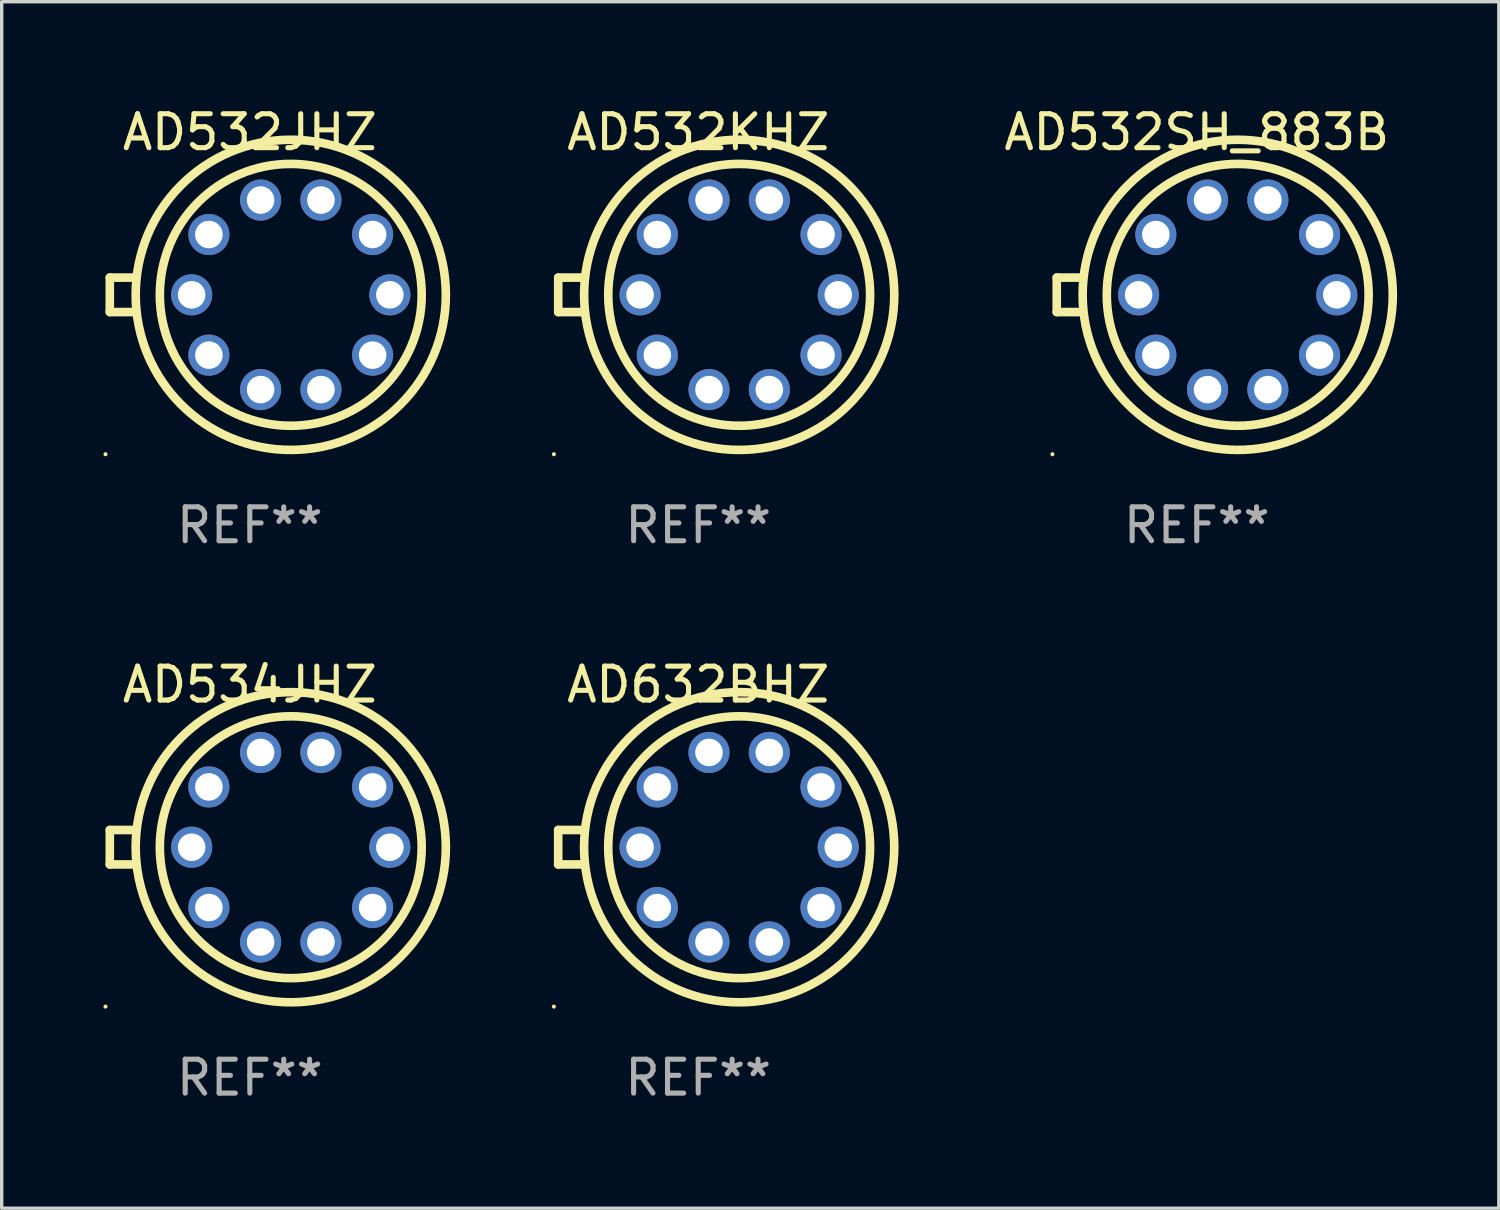
<source format=kicad_pcb>
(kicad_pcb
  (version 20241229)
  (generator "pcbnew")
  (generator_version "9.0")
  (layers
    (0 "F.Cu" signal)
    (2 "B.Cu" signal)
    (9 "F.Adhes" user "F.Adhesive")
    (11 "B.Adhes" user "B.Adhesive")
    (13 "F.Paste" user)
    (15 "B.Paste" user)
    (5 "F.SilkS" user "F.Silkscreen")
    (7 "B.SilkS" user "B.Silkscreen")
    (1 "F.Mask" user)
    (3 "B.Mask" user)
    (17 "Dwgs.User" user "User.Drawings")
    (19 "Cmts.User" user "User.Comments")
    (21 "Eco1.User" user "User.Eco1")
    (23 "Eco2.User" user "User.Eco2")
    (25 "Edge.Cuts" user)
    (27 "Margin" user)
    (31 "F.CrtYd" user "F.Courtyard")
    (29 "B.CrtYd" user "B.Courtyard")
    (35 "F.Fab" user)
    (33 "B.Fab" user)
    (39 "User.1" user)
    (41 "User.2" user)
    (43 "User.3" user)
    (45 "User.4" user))
  (footprint "AD532SH_883B"
    (layer "F.Cu")
    (at 32.232 5.642)
    (property "Reference" "AD532SH_883B" (at 0 -4.794 0) (layer "F.SilkS") (effects (font (size 1 1) (thickness 0.15))))
    (attr through_hole)
    (fp_line (start -4.128 -0.508) (end -4.128 0.508) (stroke (width 0.254) (type solid)) (layer "F.SilkS"))
    (fp_line (start -4.128 0.508) (end -3.366 0.508) (stroke (width 0.254) (type solid)) (layer "F.SilkS"))
    (fp_line (start -3.366 -0.508) (end -4.128 -0.508) (stroke (width 0.254) (type solid)) (layer "F.SilkS"))
    (fp_circle (center -4.255 4.699) (end -4.225 4.699) (stroke (width 0.06) (type solid)) (fill no) (layer "F.SilkS"))
    (fp_circle (center 1.207 0) (end 5.067 0) (stroke (width 0.254) (type solid)) (fill no) (layer "F.SilkS"))
    (fp_circle (center 1.207 0) (end 5.779 0) (stroke (width 0.254) (type solid)) (fill no) (layer "F.SilkS"))
    (fp_text user "REF**" (at 0 6.794 0) (layer "F.Fab") (effects (font (size 1 1) (thickness 0.15))))
    (pad "1" thru_hole circle (at -1.207 1.778) (size 1.212 1.212) (drill 0.813) (layers "*.Cu" "*.Mask"))
    (pad "2" thru_hole circle (at 0.318 2.794) (size 1.212 1.212) (drill 0.813) (layers "*.Cu" "*.Mask"))
    (pad "3" thru_hole circle (at 2.096 2.794) (size 1.212 1.212) (drill 0.813) (layers "*.Cu" "*.Mask"))
    (pad "4" thru_hole circle (at 3.62 1.778) (size 1.212 1.212) (drill 0.813) (layers "*.Cu" "*.Mask"))
    (pad "5" thru_hole circle (at 4.128 0) (size 1.212 1.212) (drill 0.813) (layers "*.Cu" "*.Mask"))
    (pad "6" thru_hole circle (at 3.62 -1.778) (size 1.212 1.212) (drill 0.813) (layers "*.Cu" "*.Mask"))
    (pad "7" thru_hole circle (at 2.096 -2.794) (size 1.212 1.212) (drill 0.813) (layers "*.Cu" "*.Mask"))
    (pad "8" thru_hole circle (at 0.318 -2.794) (size 1.212 1.212) (drill 0.813) (layers "*.Cu" "*.Mask"))
    (pad "9" thru_hole circle (at -1.207 -1.778) (size 1.212 1.212) (drill 0.813) (layers "*.Cu" "*.Mask"))
    (pad "10" thru_hole circle (at -1.715 0) (size 1.212 1.212) (drill 0.813) (layers "*.Cu" "*.Mask")))
  (footprint "AD532JHZ"
    (layer "F.Cu")
    (at 4.315 5.642)
    (property "Reference" "AD532JHZ" (at 0 -4.794 0) (layer "F.SilkS") (effects (font (size 1 1) (thickness 0.15))))
    (attr through_hole)
    (fp_line (start -4.128 -0.508) (end -4.128 0.508) (stroke (width 0.254) (type solid)) (layer "F.SilkS"))
    (fp_line (start -4.128 0.508) (end -3.366 0.508) (stroke (width 0.254) (type solid)) (layer "F.SilkS"))
    (fp_line (start -3.366 -0.508) (end -4.128 -0.508) (stroke (width 0.254) (type solid)) (layer "F.SilkS"))
    (fp_circle (center -4.255 4.699) (end -4.225 4.699) (stroke (width 0.06) (type solid)) (fill no) (layer "F.SilkS"))
    (fp_circle (center 1.207 0) (end 5.067 0) (stroke (width 0.254) (type solid)) (fill no) (layer "F.SilkS"))
    (fp_circle (center 1.207 0) (end 5.779 0) (stroke (width 0.254) (type solid)) (fill no) (layer "F.SilkS"))
    (fp_text user "REF**" (at 0 6.794 0) (layer "F.Fab") (effects (font (size 1 1) (thickness 0.15))))
    (pad "1" thru_hole circle (at -1.207 1.778) (size 1.212 1.212) (drill 0.813) (layers "*.Cu" "*.Mask"))
    (pad "2" thru_hole circle (at 0.318 2.794) (size 1.212 1.212) (drill 0.813) (layers "*.Cu" "*.Mask"))
    (pad "3" thru_hole circle (at 2.096 2.794) (size 1.212 1.212) (drill 0.813) (layers "*.Cu" "*.Mask"))
    (pad "4" thru_hole circle (at 3.62 1.778) (size 1.212 1.212) (drill 0.813) (layers "*.Cu" "*.Mask"))
    (pad "5" thru_hole circle (at 4.128 0) (size 1.212 1.212) (drill 0.813) (layers "*.Cu" "*.Mask"))
    (pad "6" thru_hole circle (at 3.62 -1.778) (size 1.212 1.212) (drill 0.813) (layers "*.Cu" "*.Mask"))
    (pad "7" thru_hole circle (at 2.096 -2.794) (size 1.212 1.212) (drill 0.813) (layers "*.Cu" "*.Mask"))
    (pad "8" thru_hole circle (at 0.318 -2.794) (size 1.212 1.212) (drill 0.813) (layers "*.Cu" "*.Mask"))
    (pad "9" thru_hole circle (at -1.207 -1.778) (size 1.212 1.212) (drill 0.813) (layers "*.Cu" "*.Mask"))
    (pad "10" thru_hole circle (at -1.715 0) (size 1.212 1.212) (drill 0.813) (layers "*.Cu" "*.Mask")))
  (footprint "AD534JHZ"
    (layer "F.Cu")
    (at 4.315 21.927)
    (property "Reference" "AD534JHZ" (at 0 -4.794 0) (layer "F.SilkS") (effects (font (size 1 1) (thickness 0.15))))
    (attr through_hole)
    (fp_line (start -4.128 -0.508) (end -4.128 0.508) (stroke (width 0.254) (type solid)) (layer "F.SilkS"))
    (fp_line (start -4.128 0.508) (end -3.366 0.508) (stroke (width 0.254) (type solid)) (layer "F.SilkS"))
    (fp_line (start -3.366 -0.508) (end -4.128 -0.508) (stroke (width 0.254) (type solid)) (layer "F.SilkS"))
    (fp_circle (center -4.255 4.699) (end -4.225 4.699) (stroke (width 0.06) (type solid)) (fill no) (layer "F.SilkS"))
    (fp_circle (center 1.207 0) (end 5.067 0) (stroke (width 0.254) (type solid)) (fill no) (layer "F.SilkS"))
    (fp_circle (center 1.207 0) (end 5.779 0) (stroke (width 0.254) (type solid)) (fill no) (layer "F.SilkS"))
    (fp_text user "REF**" (at 0 6.794 0) (layer "F.Fab") (effects (font (size 1 1) (thickness 0.15))))
    (pad "1" thru_hole circle (at -1.207 1.778) (size 1.212 1.212) (drill 0.813) (layers "*.Cu" "*.Mask"))
    (pad "2" thru_hole circle (at 0.318 2.794) (size 1.212 1.212) (drill 0.813) (layers "*.Cu" "*.Mask"))
    (pad "3" thru_hole circle (at 2.096 2.794) (size 1.212 1.212) (drill 0.813) (layers "*.Cu" "*.Mask"))
    (pad "4" thru_hole circle (at 3.62 1.778) (size 1.212 1.212) (drill 0.813) (layers "*.Cu" "*.Mask"))
    (pad "5" thru_hole circle (at 4.128 0) (size 1.212 1.212) (drill 0.813) (layers "*.Cu" "*.Mask"))
    (pad "6" thru_hole circle (at 3.62 -1.778) (size 1.212 1.212) (drill 0.813) (layers "*.Cu" "*.Mask"))
    (pad "7" thru_hole circle (at 2.096 -2.794) (size 1.212 1.212) (drill 0.813) (layers "*.Cu" "*.Mask"))
    (pad "8" thru_hole circle (at 0.318 -2.794) (size 1.212 1.212) (drill 0.813) (layers "*.Cu" "*.Mask"))
    (pad "9" thru_hole circle (at -1.207 -1.778) (size 1.212 1.212) (drill 0.813) (layers "*.Cu" "*.Mask"))
    (pad "10" thru_hole circle (at -1.715 0) (size 1.212 1.212) (drill 0.813) (layers "*.Cu" "*.Mask")))
  (footprint "AD632BHZ"
    (layer "F.Cu")
    (at 17.534 21.927)
    (property "Reference" "AD632BHZ" (at 0 -4.794 0) (layer "F.SilkS") (effects (font (size 1 1) (thickness 0.15))))
    (attr through_hole)
    (fp_line (start -4.128 -0.508) (end -4.128 0.508) (stroke (width 0.254) (type solid)) (layer "F.SilkS"))
    (fp_line (start -4.128 0.508) (end -3.366 0.508) (stroke (width 0.254) (type solid)) (layer "F.SilkS"))
    (fp_line (start -3.366 -0.508) (end -4.128 -0.508) (stroke (width 0.254) (type solid)) (layer "F.SilkS"))
    (fp_circle (center -4.255 4.699) (end -4.225 4.699) (stroke (width 0.06) (type solid)) (fill no) (layer "F.SilkS"))
    (fp_circle (center 1.207 0) (end 5.067 0) (stroke (width 0.254) (type solid)) (fill no) (layer "F.SilkS"))
    (fp_circle (center 1.207 0) (end 5.779 0) (stroke (width 0.254) (type solid)) (fill no) (layer "F.SilkS"))
    (fp_text user "REF**" (at 0 6.794 0) (layer "F.Fab") (effects (font (size 1 1) (thickness 0.15))))
    (pad "1" thru_hole circle (at -1.207 1.778) (size 1.212 1.212) (drill 0.813) (layers "*.Cu" "*.Mask"))
    (pad "2" thru_hole circle (at 0.318 2.794) (size 1.212 1.212) (drill 0.813) (layers "*.Cu" "*.Mask"))
    (pad "3" thru_hole circle (at 2.096 2.794) (size 1.212 1.212) (drill 0.813) (layers "*.Cu" "*.Mask"))
    (pad "4" thru_hole circle (at 3.62 1.778) (size 1.212 1.212) (drill 0.813) (layers "*.Cu" "*.Mask"))
    (pad "5" thru_hole circle (at 4.128 0) (size 1.212 1.212) (drill 0.813) (layers "*.Cu" "*.Mask"))
    (pad "6" thru_hole circle (at 3.62 -1.778) (size 1.212 1.212) (drill 0.813) (layers "*.Cu" "*.Mask"))
    (pad "7" thru_hole circle (at 2.096 -2.794) (size 1.212 1.212) (drill 0.813) (layers "*.Cu" "*.Mask"))
    (pad "8" thru_hole circle (at 0.318 -2.794) (size 1.212 1.212) (drill 0.813) (layers "*.Cu" "*.Mask"))
    (pad "9" thru_hole circle (at -1.207 -1.778) (size 1.212 1.212) (drill 0.813) (layers "*.Cu" "*.Mask"))
    (pad "10" thru_hole circle (at -1.715 0) (size 1.212 1.212) (drill 0.813) (layers "*.Cu" "*.Mask")))
  (footprint "AD532KHZ"
    (layer "F.Cu")
    (at 17.535 5.642)
    (property "Reference" "AD532KHZ" (at 0 -4.794 0) (layer "F.SilkS") (effects (font (size 1 1) (thickness 0.15))))
    (attr through_hole)
    (fp_line (start -4.128 -0.508) (end -4.128 0.508) (stroke (width 0.254) (type solid)) (layer "F.SilkS"))
    (fp_line (start -4.128 0.508) (end -3.366 0.508) (stroke (width 0.254) (type solid)) (layer "F.SilkS"))
    (fp_line (start -3.366 -0.508) (end -4.128 -0.508) (stroke (width 0.254) (type solid)) (layer "F.SilkS"))
    (fp_circle (center -4.255 4.699) (end -4.225 4.699) (stroke (width 0.06) (type solid)) (fill no) (layer "F.SilkS"))
    (fp_circle (center 1.207 0) (end 5.067 0) (stroke (width 0.254) (type solid)) (fill no) (layer "F.SilkS"))
    (fp_circle (center 1.207 0) (end 5.779 0) (stroke (width 0.254) (type solid)) (fill no) (layer "F.SilkS"))
    (fp_text user "REF**" (at 0 6.794 0) (layer "F.Fab") (effects (font (size 1 1) (thickness 0.15))))
    (pad "1" thru_hole circle (at -1.207 1.778) (size 1.212 1.212) (drill 0.813) (layers "*.Cu" "*.Mask"))
    (pad "2" thru_hole circle (at 0.318 2.794) (size 1.212 1.212) (drill 0.813) (layers "*.Cu" "*.Mask"))
    (pad "3" thru_hole circle (at 2.096 2.794) (size 1.212 1.212) (drill 0.813) (layers "*.Cu" "*.Mask"))
    (pad "4" thru_hole circle (at 3.62 1.778) (size 1.212 1.212) (drill 0.813) (layers "*.Cu" "*.Mask"))
    (pad "5" thru_hole circle (at 4.128 0) (size 1.212 1.212) (drill 0.813) (layers "*.Cu" "*.Mask"))
    (pad "6" thru_hole circle (at 3.62 -1.778) (size 1.212 1.212) (drill 0.813) (layers "*.Cu" "*.Mask"))
    (pad "7" thru_hole circle (at 2.096 -2.794) (size 1.212 1.212) (drill 0.813) (layers "*.Cu" "*.Mask"))
    (pad "8" thru_hole circle (at 0.318 -2.794) (size 1.212 1.212) (drill 0.813) (layers "*.Cu" "*.Mask"))
    (pad "9" thru_hole circle (at -1.207 -1.778) (size 1.212 1.212) (drill 0.813) (layers "*.Cu" "*.Mask"))
    (pad "10" thru_hole circle (at -1.715 0) (size 1.212 1.212) (drill 0.813) (layers "*.Cu" "*.Mask")))
  (gr_rect
    (start -3 -3)
    (end 41.137 32.569)
    (stroke (width 0.1) (type default))
    (fill no)
    (layer "Edge.Cuts")))
</source>
